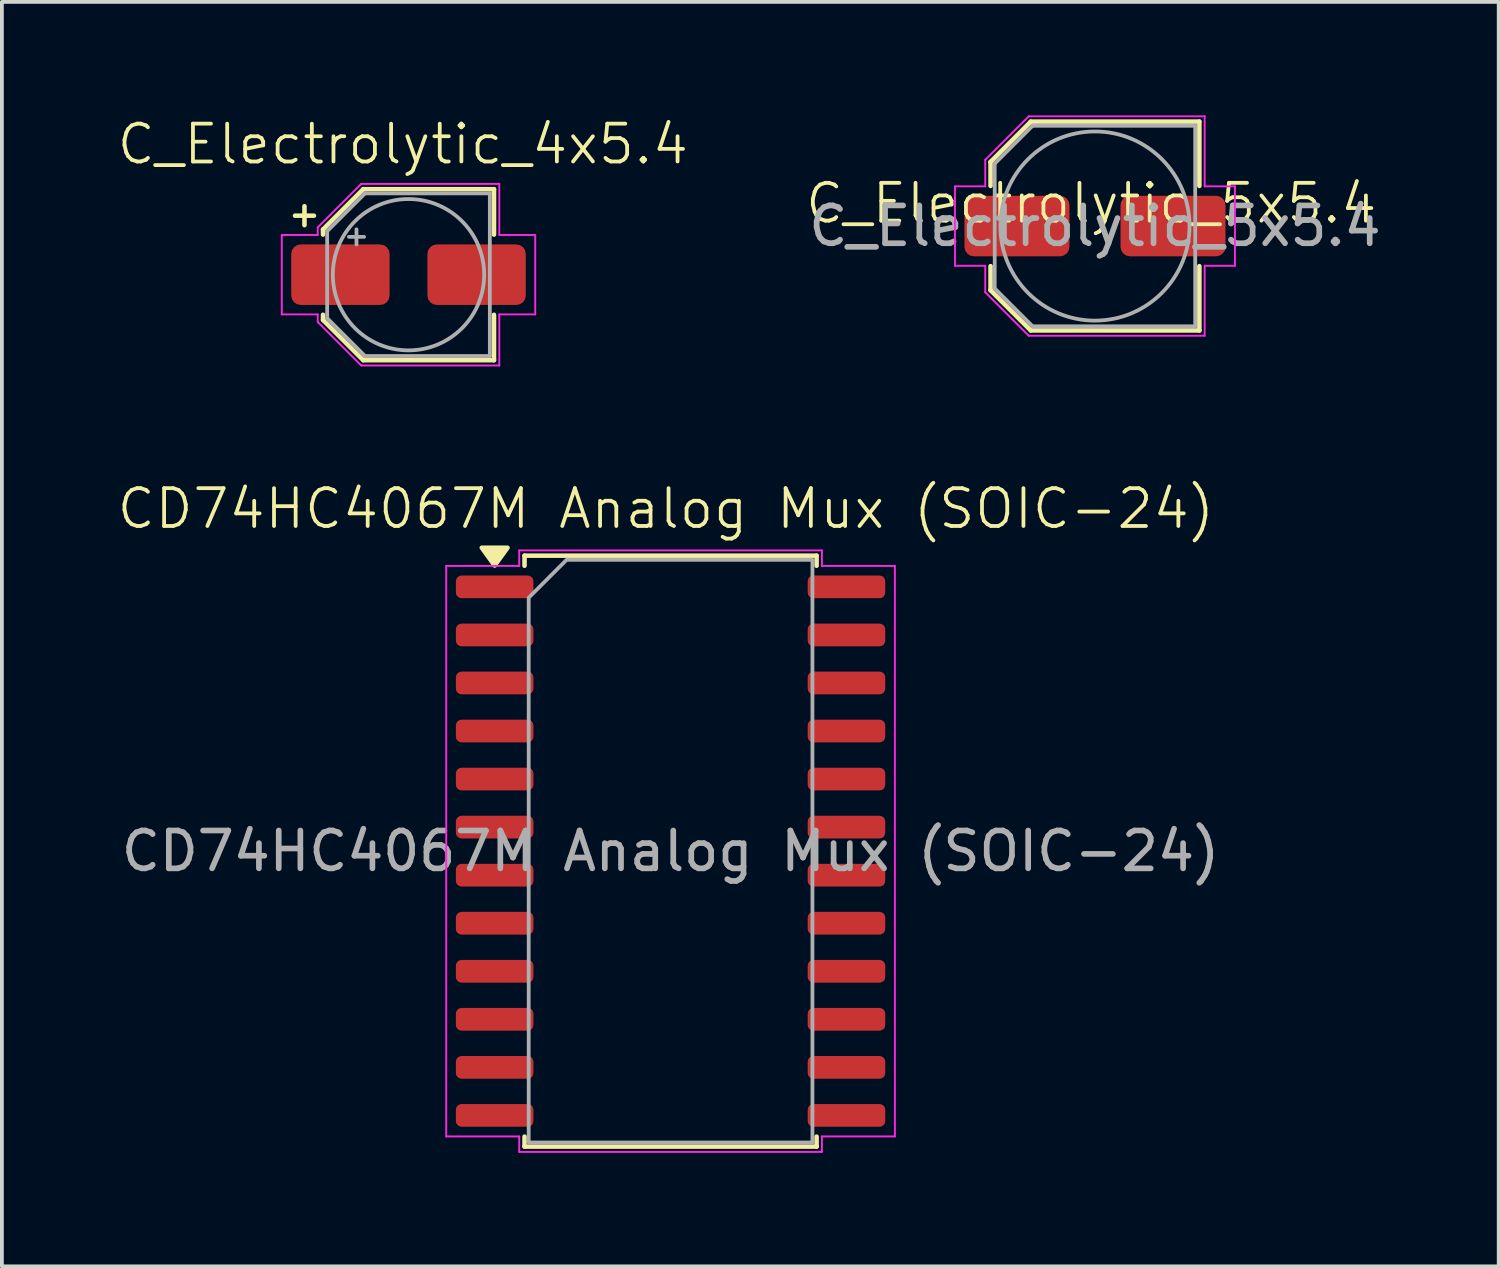
<source format=kicad_pcb>
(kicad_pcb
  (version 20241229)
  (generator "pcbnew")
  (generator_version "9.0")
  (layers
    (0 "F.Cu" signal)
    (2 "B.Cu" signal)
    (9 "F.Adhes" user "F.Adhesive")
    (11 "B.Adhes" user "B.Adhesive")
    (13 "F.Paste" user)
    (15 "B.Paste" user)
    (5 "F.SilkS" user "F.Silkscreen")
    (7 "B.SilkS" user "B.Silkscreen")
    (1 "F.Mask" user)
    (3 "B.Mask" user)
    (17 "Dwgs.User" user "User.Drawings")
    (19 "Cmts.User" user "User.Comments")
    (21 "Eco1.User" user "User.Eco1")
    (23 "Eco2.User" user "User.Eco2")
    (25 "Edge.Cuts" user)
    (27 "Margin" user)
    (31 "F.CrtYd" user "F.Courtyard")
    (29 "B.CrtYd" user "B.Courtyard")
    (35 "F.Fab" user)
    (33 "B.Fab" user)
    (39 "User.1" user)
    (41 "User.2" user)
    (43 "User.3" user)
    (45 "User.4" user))
  (footprint "C_Electrolytic_4x5.4"
    (layer "F.Cu")
    (at 7.598 4.261)
    (property "Reference" "C_Electrolytic_4x5.4" (at 0 -3.5 0) (unlocked yes) (layer "F.SilkS") (effects (font (size 1 1) (thickness 0.1))))
    (attr smd)
    (fp_line (start -2.85 -1.61) (end -2.35 -1.61) (stroke (width 0.12) (type solid)) (layer "F.SilkS"))
    (fp_line (start -2.6 -1.86) (end -2.6 -1.36) (stroke (width 0.12) (type solid)) (layer "F.SilkS"))
    (fp_line (start -2.11 -1.246) (end -2.11 -1.11) (stroke (width 0.12) (type solid)) (layer "F.SilkS"))
    (fp_line (start -2.11 -1.246) (end -1.046 -2.31) (stroke (width 0.12) (type solid)) (layer "F.SilkS"))
    (fp_line (start -2.11 1.146) (end -2.11 1.01) (stroke (width 0.12) (type solid)) (layer "F.SilkS"))
    (fp_line (start -2.11 1.146) (end -1.046 2.21) (stroke (width 0.12) (type solid)) (layer "F.SilkS"))
    (fp_line (start -1.046 -2.31) (end 2.41 -2.31) (stroke (width 0.12) (type solid)) (layer "F.SilkS"))
    (fp_line (start -1.046 2.21) (end 2.41 2.21) (stroke (width 0.12) (type solid)) (layer "F.SilkS"))
    (fp_line (start 2.41 -2.31) (end 2.41 -1.11) (stroke (width 0.12) (type solid)) (layer "F.SilkS"))
    (fp_line (start 2.41 2.21) (end 2.41 1.01) (stroke (width 0.12) (type solid)) (layer "F.SilkS"))
    (fp_line (start -3.2 -1.1) (end -3.2 1) (stroke (width 0.05) (type solid)) (layer "F.CrtYd"))
    (fp_line (start -3.2 1) (end -2.25 1) (stroke (width 0.05) (type solid)) (layer "F.CrtYd"))
    (fp_line (start -2.25 -1.3) (end -2.25 -1.1) (stroke (width 0.05) (type solid)) (layer "F.CrtYd"))
    (fp_line (start -2.25 -1.3) (end -1.1 -2.45) (stroke (width 0.05) (type solid)) (layer "F.CrtYd"))
    (fp_line (start -2.25 -1.1) (end -3.2 -1.1) (stroke (width 0.05) (type solid)) (layer "F.CrtYd"))
    (fp_line (start -2.25 1) (end -2.25 1.2) (stroke (width 0.05) (type solid)) (layer "F.CrtYd"))
    (fp_line (start -2.25 1.2) (end -1.1 2.35) (stroke (width 0.05) (type solid)) (layer "F.CrtYd"))
    (fp_line (start -1.1 -2.45) (end 2.55 -2.45) (stroke (width 0.05) (type solid)) (layer "F.CrtYd"))
    (fp_line (start -1.1 2.35) (end 2.55 2.35) (stroke (width 0.05) (type solid)) (layer "F.CrtYd"))
    (fp_line (start 2.55 -2.45) (end 2.55 -1.1) (stroke (width 0.05) (type solid)) (layer "F.CrtYd"))
    (fp_line (start 2.55 -1.1) (end 3.5 -1.1) (stroke (width 0.05) (type solid)) (layer "F.CrtYd"))
    (fp_line (start 2.55 1) (end 2.55 2.35) (stroke (width 0.05) (type solid)) (layer "F.CrtYd"))
    (fp_line (start 3.5 -1.1) (end 3.5 1) (stroke (width 0.05) (type solid)) (layer "F.CrtYd"))
    (fp_line (start 3.5 1) (end 2.55 1) (stroke (width 0.05) (type solid)) (layer "F.CrtYd"))
    (fp_line (start -2 -1.2) (end -2 1.1) (stroke (width 0.1) (type solid)) (layer "F.Fab"))
    (fp_line (start -2 -1.2) (end -1 -2.2) (stroke (width 0.1) (type solid)) (layer "F.Fab"))
    (fp_line (start -2 1.1) (end -1 2.1) (stroke (width 0.1) (type solid)) (layer "F.Fab"))
    (fp_line (start -1.425 -1.05) (end -1.025 -1.05) (stroke (width 0.1) (type solid)) (layer "F.Fab"))
    (fp_line (start -1.225 -1.25) (end -1.225 -0.85) (stroke (width 0.1) (type solid)) (layer "F.Fab"))
    (fp_line (start -1 -2.2) (end 2.3 -2.2) (stroke (width 0.1) (type solid)) (layer "F.Fab"))
    (fp_line (start -1 2.1) (end 2.3 2.1) (stroke (width 0.1) (type solid)) (layer "F.Fab"))
    (fp_line (start 2.3 -2.2) (end 2.3 2.1) (stroke (width 0.1) (type solid)) (layer "F.Fab"))
    (fp_circle (center 0.15 -0.05) (end 2.15 -0.05) (stroke (width 0.1) (type solid)) (fill no) (layer "F.Fab"))
    (pad "1" smd roundrect (at -1.65 -0.05) (size 2.6 1.6) (layers "F.Cu" "F.Mask" "F.Paste") (roundrect_rratio 0.156))
    (pad "2" smd roundrect (at 1.95 -0.05) (size 2.6 1.6) (layers "F.Cu" "F.Mask" "F.Paste") (roundrect_rratio 0.156)))
  (footprint "CD74HC4067M Analog Mux (SOIC-24)"
    (layer "F.Cu")
    (at 14.55 19.396)
    (property "Reference" "CD74HC4067M Analog Mux (SOIC-24)" (at 0 -9 0) (unlocked yes) (layer "F.SilkS") (effects (font (size 1 1) (thickness 0.1))))
    (attr smd)
    (fp_line (start -3.735 -7.758) (end 3.985 -7.758) (stroke (width 0.12) (type solid)) (layer "F.SilkS"))
    (fp_line (start -3.735 -7.492) (end -3.735 -7.758) (stroke (width 0.12) (type solid)) (layer "F.SilkS"))
    (fp_line (start -3.735 7.862) (end -3.735 7.598) (stroke (width 0.12) (type solid)) (layer "F.SilkS"))
    (fp_line (start 3.985 -7.758) (end 3.985 -7.492) (stroke (width 0.12) (type solid)) (layer "F.SilkS"))
    (fp_line (start 3.985 7.598) (end 3.985 7.862) (stroke (width 0.12) (type solid)) (layer "F.SilkS"))
    (fp_line (start 3.985 7.862) (end -3.735 7.862) (stroke (width 0.12) (type solid)) (layer "F.SilkS"))
    (fp_poly (pts (xy -4.525 -7.497) (xy -4.865 -7.968) (xy -4.185 -7.968)) (stroke (width 0.12) (type solid)) (fill yes) (layer "F.SilkS"))
    (fp_line (start -5.805 -7.487) (end -3.875 -7.487) (stroke (width 0.05) (type solid)) (layer "F.CrtYd"))
    (fp_line (start -5.805 7.593) (end -5.805 -7.487) (stroke (width 0.05) (type solid)) (layer "F.CrtYd"))
    (fp_line (start -3.875 -7.897) (end 4.125 -7.897) (stroke (width 0.05) (type solid)) (layer "F.CrtYd"))
    (fp_line (start -3.875 -7.487) (end -3.875 -7.897) (stroke (width 0.05) (type solid)) (layer "F.CrtYd"))
    (fp_line (start -3.875 7.593) (end -5.805 7.593) (stroke (width 0.05) (type solid)) (layer "F.CrtYd"))
    (fp_line (start -3.875 8.002) (end -3.875 7.593) (stroke (width 0.05) (type solid)) (layer "F.CrtYd"))
    (fp_line (start 4.125 -7.897) (end 4.125 -7.487) (stroke (width 0.05) (type solid)) (layer "F.CrtYd"))
    (fp_line (start 4.125 -7.487) (end 6.055 -7.487) (stroke (width 0.05) (type solid)) (layer "F.CrtYd"))
    (fp_line (start 4.125 7.593) (end 4.125 8.002) (stroke (width 0.05) (type solid)) (layer "F.CrtYd"))
    (fp_line (start 4.125 8.002) (end -3.875 8.002) (stroke (width 0.05) (type solid)) (layer "F.CrtYd"))
    (fp_line (start 6.055 -7.487) (end 6.055 7.593) (stroke (width 0.05) (type solid)) (layer "F.CrtYd"))
    (fp_line (start 6.055 7.593) (end 4.125 7.593) (stroke (width 0.05) (type solid)) (layer "F.CrtYd"))
    (fp_poly (pts (xy -3.625 -6.647) (xy -3.625 7.753) (xy 3.875 7.753) (xy 3.875 -7.647) (xy -2.625 -7.647)) (stroke (width 0.1) (type solid)) (fill no) (layer "F.Fab"))
    (fp_text user "${REFERENCE}" (at 0.125 0.052 0) (layer "F.Fab") (effects (font (size 1 1) (thickness 0.15))))
    (pad "1" smd roundrect (at -4.525 -6.933) (size 2.05 0.6) (layers "F.Cu" "F.Mask" "F.Paste") (roundrect_rratio 0.25))
    (pad "2" smd roundrect (at -4.525 -5.662) (size 2.05 0.6) (layers "F.Cu" "F.Mask" "F.Paste") (roundrect_rratio 0.25))
    (pad "3" smd roundrect (at -4.525 -4.393) (size 2.05 0.6) (layers "F.Cu" "F.Mask" "F.Paste") (roundrect_rratio 0.25))
    (pad "4" smd roundrect (at -4.525 -3.123) (size 2.05 0.6) (layers "F.Cu" "F.Mask" "F.Paste") (roundrect_rratio 0.25))
    (pad "5" smd roundrect (at -4.525 -1.853) (size 2.05 0.6) (layers "F.Cu" "F.Mask" "F.Paste") (roundrect_rratio 0.25))
    (pad "6" smd roundrect (at -4.525 -0.583) (size 2.05 0.6) (layers "F.Cu" "F.Mask" "F.Paste") (roundrect_rratio 0.25))
    (pad "7" smd roundrect (at -4.525 0.688) (size 2.05 0.6) (layers "F.Cu" "F.Mask" "F.Paste") (roundrect_rratio 0.25))
    (pad "8" smd roundrect (at -4.525 1.958) (size 2.05 0.6) (layers "F.Cu" "F.Mask" "F.Paste") (roundrect_rratio 0.25))
    (pad "9" smd roundrect (at -4.525 3.228) (size 2.05 0.6) (layers "F.Cu" "F.Mask" "F.Paste") (roundrect_rratio 0.25))
    (pad "10" smd roundrect (at -4.525 4.497) (size 2.05 0.6) (layers "F.Cu" "F.Mask" "F.Paste") (roundrect_rratio 0.25))
    (pad "11" smd roundrect (at -4.525 5.768) (size 2.05 0.6) (layers "F.Cu" "F.Mask" "F.Paste") (roundrect_rratio 0.25))
    (pad "12" smd roundrect (at -4.525 7.037) (size 2.05 0.6) (layers "F.Cu" "F.Mask" "F.Paste") (roundrect_rratio 0.25))
    (pad "13" smd roundrect (at 4.775 7.037) (size 2.05 0.6) (layers "F.Cu" "F.Mask" "F.Paste") (roundrect_rratio 0.25))
    (pad "14" smd roundrect (at 4.775 5.768) (size 2.05 0.6) (layers "F.Cu" "F.Mask" "F.Paste") (roundrect_rratio 0.25))
    (pad "15" smd roundrect (at 4.775 4.497) (size 2.05 0.6) (layers "F.Cu" "F.Mask" "F.Paste") (roundrect_rratio 0.25))
    (pad "16" smd roundrect (at 4.775 3.228) (size 2.05 0.6) (layers "F.Cu" "F.Mask" "F.Paste") (roundrect_rratio 0.25))
    (pad "17" smd roundrect (at 4.775 1.958) (size 2.05 0.6) (layers "F.Cu" "F.Mask" "F.Paste") (roundrect_rratio 0.25))
    (pad "18" smd roundrect (at 4.775 0.688) (size 2.05 0.6) (layers "F.Cu" "F.Mask" "F.Paste") (roundrect_rratio 0.25))
    (pad "19" smd roundrect (at 4.775 -0.583) (size 2.05 0.6) (layers "F.Cu" "F.Mask" "F.Paste") (roundrect_rratio 0.25))
    (pad "20" smd roundrect (at 4.775 -1.853) (size 2.05 0.6) (layers "F.Cu" "F.Mask" "F.Paste") (roundrect_rratio 0.25))
    (pad "21" smd roundrect (at 4.775 -3.123) (size 2.05 0.6) (layers "F.Cu" "F.Mask" "F.Paste") (roundrect_rratio 0.25))
    (pad "22" smd roundrect (at 4.775 -4.393) (size 2.05 0.6) (layers "F.Cu" "F.Mask" "F.Paste") (roundrect_rratio 0.25))
    (pad "23" smd roundrect (at 4.775 -5.662) (size 2.05 0.6) (layers "F.Cu" "F.Mask" "F.Paste") (roundrect_rratio 0.25))
    (pad "24" smd roundrect (at 4.775 -6.933) (size 2.05 0.6) (layers "F.Cu" "F.Mask" "F.Paste") (roundrect_rratio 0.25)))
  (footprint "C_Electrolytic_5x5.4"
    (layer "F.Cu")
    (at 25.793 2.825)
    (property "Reference" "C_Electrolytic_5x5.4" (at 0 -0.5 0) (unlocked yes) (layer "F.SilkS") (effects (font (size 1 1) (thickness 0.1))))
    (attr smd)
    (fp_line (start -2.66 -1.596) (end -2.66 -0.96) (stroke (width 0.12) (type solid)) (layer "F.SilkS"))
    (fp_line (start -2.66 -1.596) (end -1.596 -2.66) (stroke (width 0.12) (type solid)) (layer "F.SilkS"))
    (fp_line (start -2.66 1.796) (end -2.66 1.16) (stroke (width 0.12) (type solid)) (layer "F.SilkS"))
    (fp_line (start -2.66 1.796) (end -1.596 2.86) (stroke (width 0.12) (type solid)) (layer "F.SilkS"))
    (fp_line (start -1.596 -2.66) (end 2.86 -2.66) (stroke (width 0.12) (type solid)) (layer "F.SilkS"))
    (fp_line (start -1.596 2.86) (end 2.86 2.86) (stroke (width 0.12) (type solid)) (layer "F.SilkS"))
    (fp_line (start 2.86 -2.66) (end 2.86 -0.96) (stroke (width 0.12) (type solid)) (layer "F.SilkS"))
    (fp_line (start 2.86 2.86) (end 2.86 1.16) (stroke (width 0.12) (type solid)) (layer "F.SilkS"))
    (fp_line (start -3.6 -0.95) (end -3.6 1.15) (stroke (width 0.05) (type solid)) (layer "F.CrtYd"))
    (fp_line (start -3.6 1.15) (end -2.8 1.15) (stroke (width 0.05) (type solid)) (layer "F.CrtYd"))
    (fp_line (start -2.8 -1.65) (end -2.8 -0.95) (stroke (width 0.05) (type solid)) (layer "F.CrtYd"))
    (fp_line (start -2.8 -1.65) (end -1.65 -2.8) (stroke (width 0.05) (type solid)) (layer "F.CrtYd"))
    (fp_line (start -2.8 -0.95) (end -3.6 -0.95) (stroke (width 0.05) (type solid)) (layer "F.CrtYd"))
    (fp_line (start -2.8 1.15) (end -2.8 1.85) (stroke (width 0.05) (type solid)) (layer "F.CrtYd"))
    (fp_line (start -2.8 1.85) (end -1.65 3) (stroke (width 0.05) (type solid)) (layer "F.CrtYd"))
    (fp_line (start -1.65 -2.8) (end 3 -2.8) (stroke (width 0.05) (type solid)) (layer "F.CrtYd"))
    (fp_line (start -1.65 3) (end 3 3) (stroke (width 0.05) (type solid)) (layer "F.CrtYd"))
    (fp_line (start 3 -2.8) (end 3 -0.95) (stroke (width 0.05) (type solid)) (layer "F.CrtYd"))
    (fp_line (start 3 -0.95) (end 3.8 -0.95) (stroke (width 0.05) (type solid)) (layer "F.CrtYd"))
    (fp_line (start 3 1.15) (end 3 3) (stroke (width 0.05) (type solid)) (layer "F.CrtYd"))
    (fp_line (start 3.8 -0.95) (end 3.8 1.15) (stroke (width 0.05) (type solid)) (layer "F.CrtYd"))
    (fp_line (start 3.8 1.15) (end 3 1.15) (stroke (width 0.05) (type solid)) (layer "F.CrtYd"))
    (fp_line (start -2.55 -1.55) (end -2.55 1.75) (stroke (width 0.1) (type solid)) (layer "F.Fab"))
    (fp_line (start -2.55 -1.55) (end -1.55 -2.55) (stroke (width 0.1) (type solid)) (layer "F.Fab"))
    (fp_line (start -2.55 1.75) (end -1.55 2.75) (stroke (width 0.1) (type solid)) (layer "F.Fab"))
    (fp_line (start -1.55 -2.55) (end 2.75 -2.55) (stroke (width 0.1) (type solid)) (layer "F.Fab"))
    (fp_line (start -1.55 2.75) (end 2.75 2.75) (stroke (width 0.1) (type solid)) (layer "F.Fab"))
    (fp_line (start 2.75 -2.55) (end 2.75 2.75) (stroke (width 0.1) (type solid)) (layer "F.Fab"))
    (fp_circle (center 0.1 0.1) (end 2.6 0.1) (stroke (width 0.1) (type solid)) (fill no) (layer "F.Fab"))
    (fp_text user "${REFERENCE}" (at 0.1 0.1 0) (layer "F.Fab") (effects (font (size 1 1) (thickness 0.15))))
    (pad "1" smd roundrect (at -1.962 0.1) (size 2.775 1.6) (layers "F.Cu" "F.Mask" "F.Paste") (roundrect_rratio 0.156))
    (pad "2" smd roundrect (at 2.163 0.1) (size 2.775 1.6) (layers "F.Cu" "F.Mask" "F.Paste") (roundrect_rratio 0.156)))
  (gr_rect
    (start -3 -3)
    (end 36.565 30.424)
    (stroke (width 0.1) (type default))
    (fill no)
    (layer "Edge.Cuts")))
</source>
